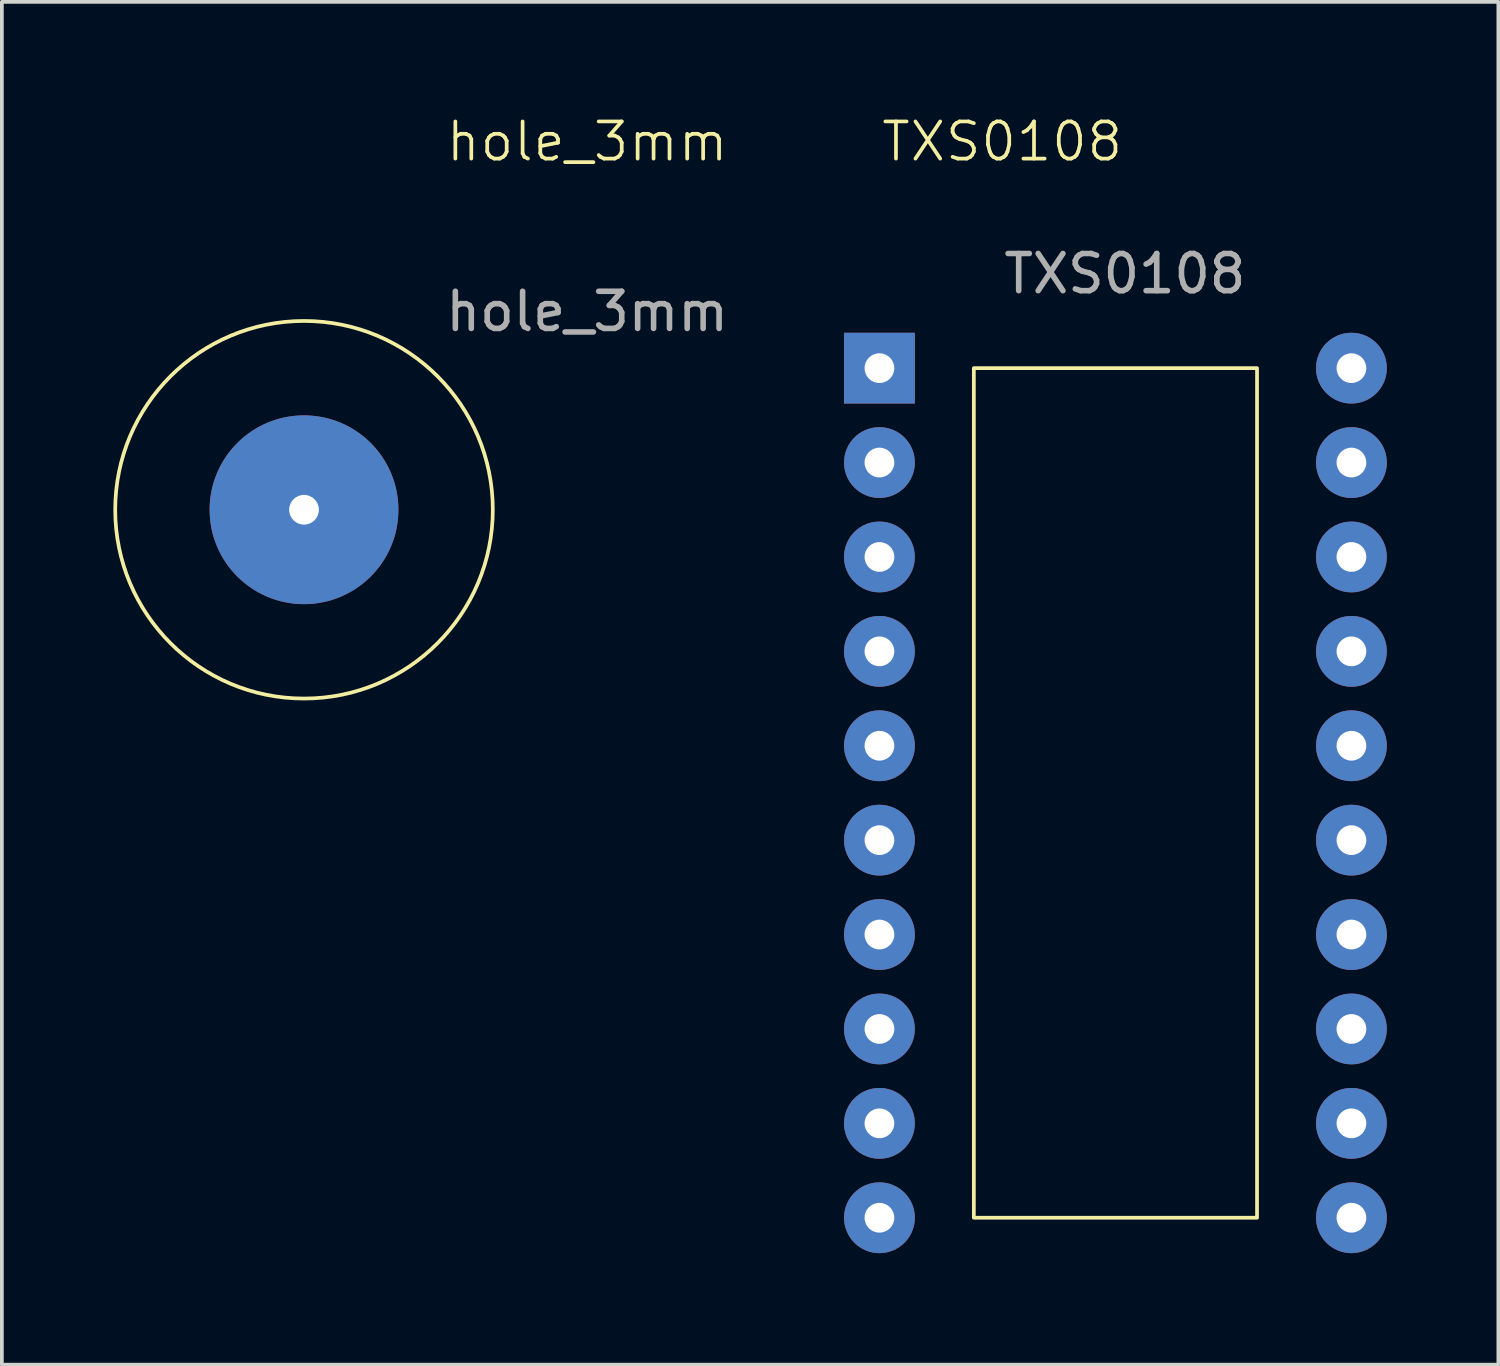
<source format=kicad_pcb>
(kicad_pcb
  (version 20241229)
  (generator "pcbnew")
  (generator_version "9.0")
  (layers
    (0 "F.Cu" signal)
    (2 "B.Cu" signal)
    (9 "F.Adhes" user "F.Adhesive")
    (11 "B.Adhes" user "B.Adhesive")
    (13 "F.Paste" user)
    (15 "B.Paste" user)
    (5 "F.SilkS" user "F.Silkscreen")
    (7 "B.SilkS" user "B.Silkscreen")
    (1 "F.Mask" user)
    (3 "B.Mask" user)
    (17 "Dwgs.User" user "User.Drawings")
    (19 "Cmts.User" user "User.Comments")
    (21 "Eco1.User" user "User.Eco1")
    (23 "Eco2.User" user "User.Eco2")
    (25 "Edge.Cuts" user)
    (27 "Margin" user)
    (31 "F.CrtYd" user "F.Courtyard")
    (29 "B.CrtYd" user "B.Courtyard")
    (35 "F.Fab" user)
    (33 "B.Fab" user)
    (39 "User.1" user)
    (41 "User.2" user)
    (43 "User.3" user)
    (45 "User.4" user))
  (footprint "TXS0108"
    (layer "F.Cu")
    (at 20.613 6.856)
    (property "Reference" "TXS0108" (at 3.302 -6.096 0) (unlocked yes) (layer "F.SilkS") (effects (font (size 1 1) (thickness 0.1))))
    (attr smd)
    (fp_rect (start 2.54 0) (end 10.16 22.86) (stroke (width 0.1) (type default)) (fill no) (layer "F.SilkS"))
    (fp_text user "${REFERENCE}" (at 6.604 -2.54 0) (unlocked yes) (layer "F.Fab") (effects (font (size 1 1) (thickness 0.15))))
    (pad "1" thru_hole rect (at 0 0) (size 1.905 1.905) (drill 0.8) (layers "*.Cu" "*.Mask"))
    (pad "2" thru_hole circle (at 0 2.54) (size 1.905 1.905) (drill 0.8) (layers "*.Cu" "*.Mask"))
    (pad "3" thru_hole circle (at 0 5.08) (size 1.905 1.905) (drill 0.8) (layers "*.Cu" "*.Mask"))
    (pad "4" thru_hole circle (at 0 7.62) (size 1.905 1.905) (drill 0.8) (layers "*.Cu" "*.Mask"))
    (pad "5" thru_hole circle (at 0 10.16) (size 1.905 1.905) (drill 0.8) (layers "*.Cu" "*.Mask"))
    (pad "6" thru_hole circle (at 0 12.7) (size 1.905 1.905) (drill 0.8) (layers "*.Cu" "*.Mask"))
    (pad "7" thru_hole circle (at 0 15.24) (size 1.905 1.905) (drill 0.8) (layers "*.Cu" "*.Mask"))
    (pad "8" thru_hole circle (at 0 17.78) (size 1.905 1.905) (drill 0.8) (layers "*.Cu" "*.Mask"))
    (pad "9" thru_hole circle (at 0 20.32) (size 1.905 1.905) (drill 0.8) (layers "*.Cu" "*.Mask"))
    (pad "10" thru_hole circle (at 0 22.86) (size 1.905 1.905) (drill 0.8) (layers "*.Cu" "*.Mask"))
    (pad "11" thru_hole circle (at 12.7 22.86) (size 1.905 1.905) (drill 0.8) (layers "*.Cu" "*.Mask"))
    (pad "12" thru_hole circle (at 12.7 20.32) (size 1.905 1.905) (drill 0.8) (layers "*.Cu" "*.Mask"))
    (pad "13" thru_hole circle (at 12.7 17.78) (size 1.905 1.905) (drill 0.8) (layers "*.Cu" "*.Mask"))
    (pad "14" thru_hole circle (at 12.7 15.24) (size 1.905 1.905) (drill 0.8) (layers "*.Cu" "*.Mask"))
    (pad "15" thru_hole circle (at 12.7 12.7) (size 1.905 1.905) (drill 0.8) (layers "*.Cu" "*.Mask"))
    (pad "16" thru_hole circle (at 12.7 10.16) (size 1.905 1.905) (drill 0.8) (layers "*.Cu" "*.Mask"))
    (pad "17" thru_hole circle (at 12.7 7.62) (size 1.905 1.905) (drill 0.8) (layers "*.Cu" "*.Mask"))
    (pad "18" thru_hole circle (at 12.7 5.08) (size 1.905 1.905) (drill 0.8) (layers "*.Cu" "*.Mask"))
    (pad "19" thru_hole circle (at 12.7 2.54) (size 1.905 1.905) (drill 0.8) (layers "*.Cu" "*.Mask"))
    (pad "20" thru_hole circle (at 12.7 0) (size 1.905 1.905) (drill 0.8) (layers "*.Cu" "*.Mask")))
  (footprint "hole_3mm"
    (layer "F.Cu")
    (at 5.13 10.666)
    (property "Reference" "hole_3mm" (at 7.62 -9.906 0) (unlocked yes) (layer "F.SilkS") (effects (font (size 1 1) (thickness 0.1))))
    (attr exclude_from_pos_files exclude_from_bom)
    (fp_circle (center 0 0) (end 0 -5.08) (stroke (width 0.1) (type default)) (fill no) (layer "F.SilkS"))
    (fp_text user "${REFERENCE}" (at 7.62 -5.334 0) (unlocked yes) (layer "F.Fab") (effects (font (size 1 1) (thickness 0.15))))
    (pad "1" thru_hole circle (at 0 0) (size 5.08 5.08) (drill 0.8) (layers "*.Cu" "*.Mask")))
  (gr_rect
    (start -3 -3)
    (end 37.266 33.669)
    (stroke (width 0.1) (type default))
    (fill no)
    (layer "Edge.Cuts")))
</source>
